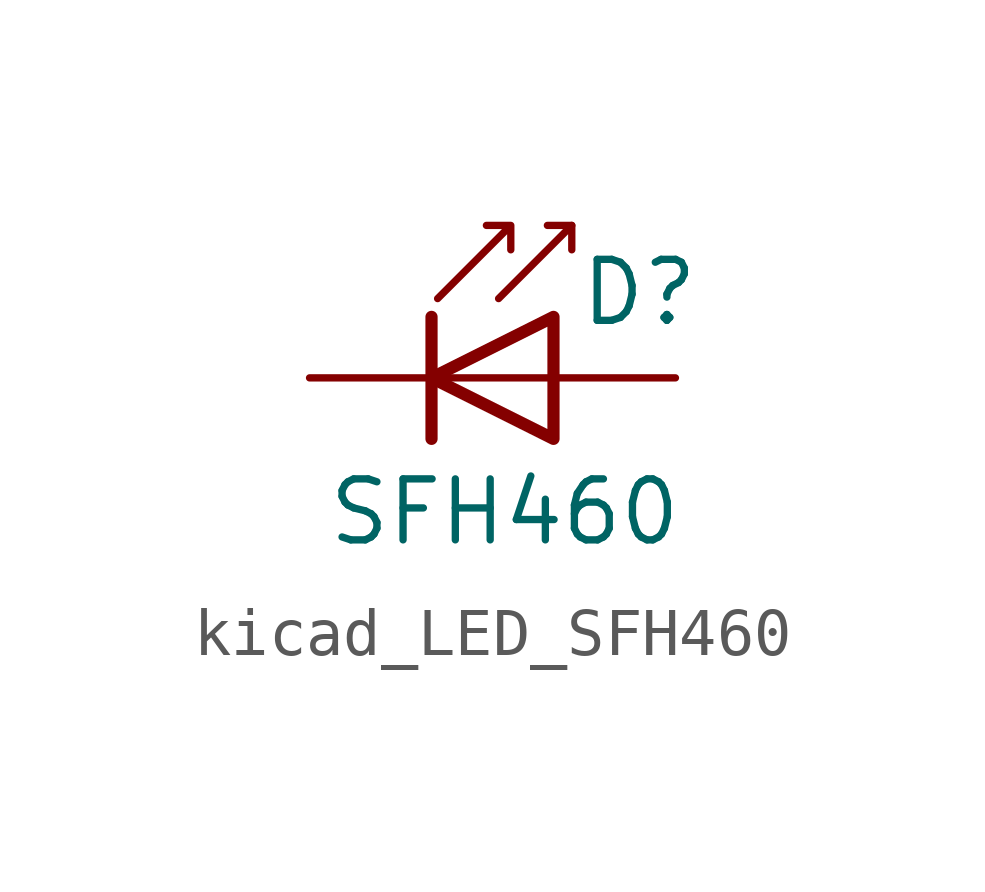
<source format=kicad_sym>
(kicad_symbol_lib
  (version 20220914)
  (generator kicad_symbol_editor)
  (symbol "kicad_LED_SFH460"
    (pin_numbers hide)
    (pin_names
      (offset 1.016) hide)
    (property "Reference" "D"
      (at 0.508 1.778 0)
      (effects (font (size 1.27 1.27)) (justify left)))
    (property "Value" "SFH460"
      (at -1.016 -2.794 0)
      (effects (font (size 1.27 1.27))))
    (symbol "kicad_LED_SFH460_0_1"
      (polyline (pts (xy -2.54 1.27) (xy -2.54 -1.27)) (stroke (width 0.254) (type default)) (fill (type none)))
      (polyline (pts (xy 0 0) (xy -2.54 0)) (stroke (width 0) (type default)) (fill (type none)))
      (polyline (pts (xy 0.381 3.175) (xy -0.127 3.175)) (stroke (width 0) (type default)) (fill (type none)))
      (polyline (pts (xy -1.143 1.651) (xy 0.381 3.175) (xy 0.381 2.667)) (stroke (width 0) (type default)) (fill (type none)))
      (polyline (pts (xy 0 1.27) (xy 0 -1.27) (xy -2.54 0) (xy 0 1.27)) (stroke (width 0.254) (type default)) (fill (type none)))
      (polyline (pts (xy -2.413 1.651) (xy -0.889 3.175) (xy -0.889 2.667) (xy -0.889 3.175) (xy -1.397 3.175)) (stroke (width 0) (type default)) (fill (type none))))
    (symbol "kicad_LED_SFH460_1_1"
      (pin passive line (at -5.08 0 0) (length 2.54) (name "K" (effects (font (size 1.27 1.27)))) (number "1" (effects (font (size 1.27 1.27)))))
      (pin passive line (at 2.54 0 180) (length 2.54) (name "A" (effects (font (size 1.27 1.27)))) (number "2" (effects (font (size 1.27 1.27))))))))
</source>
